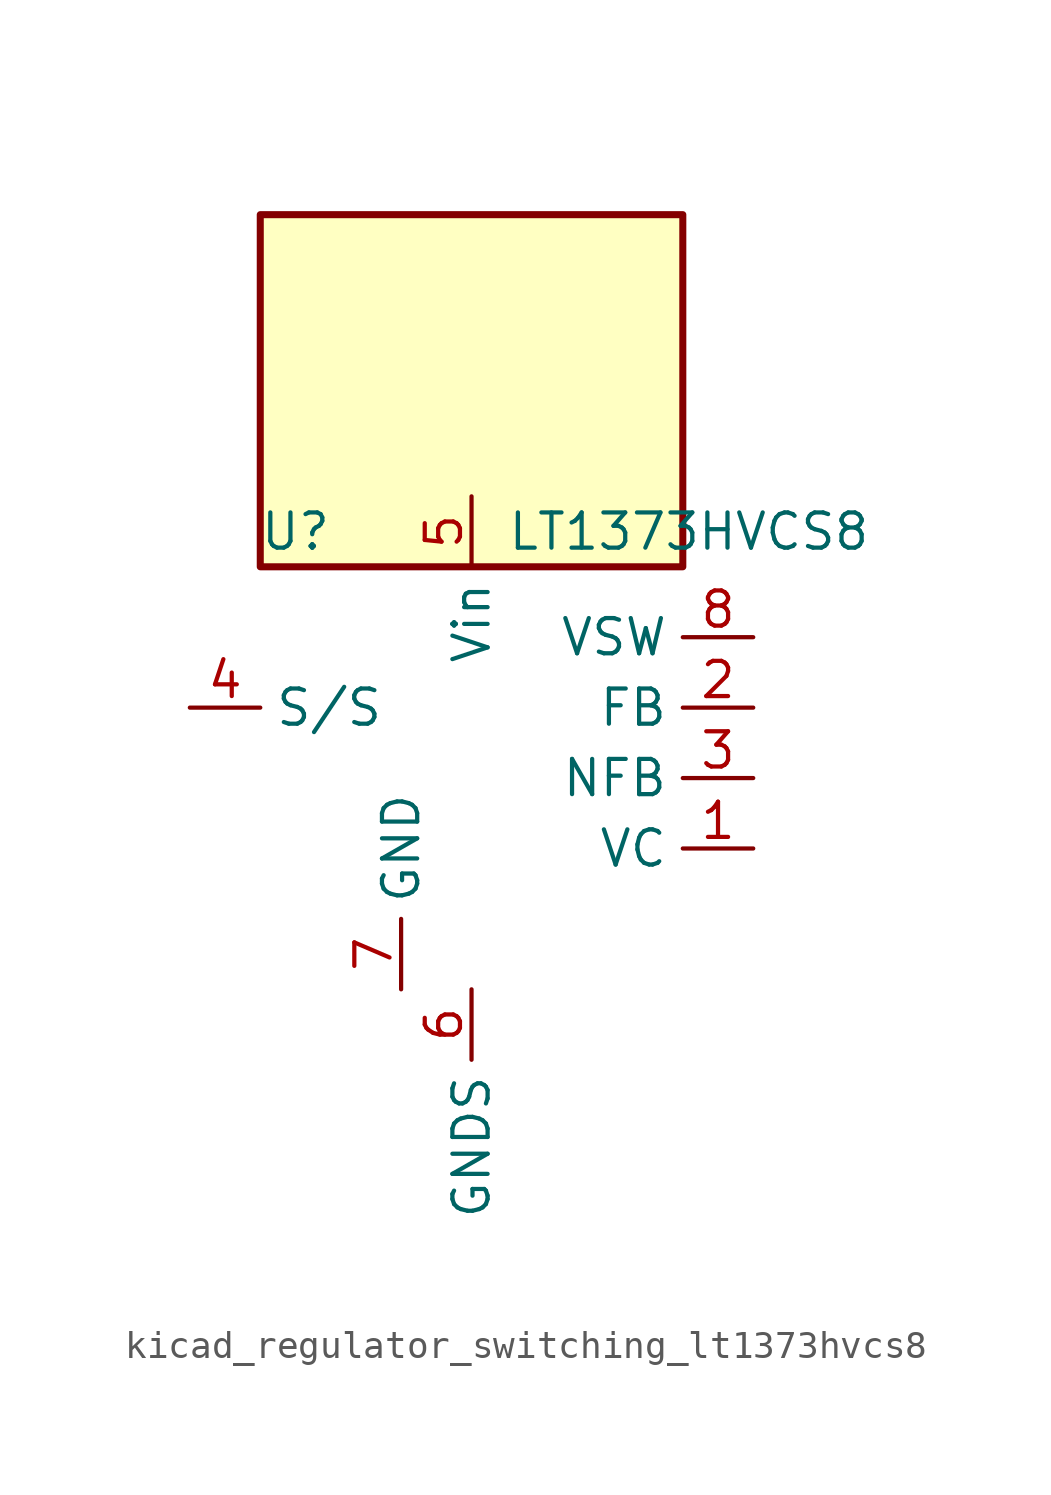
<source format=kicad_sym>
(kicad_symbol_lib
  (version 20220914)
  (generator kicad_symbol_editor)
  (symbol "kicad_regulator_switching_lt1373hvcs8"
    (property "Reference" "U"
      (at -6.35 8.89 0)
      (effects (font (size 1.27 1.27))))
    (property "Value" "LT1373HVCS8"
      (at 1.27 8.89 0)
      (effects (font (size 1.27 1.27)) (justify left)))
    (symbol "kicad_regulator_switching_lt1373hvcs8_0_1"
      (rectangle (start 7.62 20.32) (end -7.62 7.62) (stroke (width 0.254) (type default)) (fill (type background))))
    (symbol "kicad_regulator_switching_lt1373hvcs8_1_1"
      (pin passive line (at 10.16 -2.54 180) (length 2.54) (name "VC" (effects (font (size 1.27 1.27)))) (number "1" (effects (font (size 1.27 1.27)))))
      (pin passive line (at 10.16 2.54 180) (length 2.54) (name "FB" (effects (font (size 1.27 1.27)))) (number "2" (effects (font (size 1.27 1.27)))))
      (pin input line (at 10.16 0 180) (length 2.54) (name "NFB" (effects (font (size 1.27 1.27)))) (number "3" (effects (font (size 1.27 1.27)))))
      (pin input line (at -10.16 2.54 0) (length 2.54) (name "S/S" (effects (font (size 1.27 1.27)))) (number "4" (effects (font (size 1.27 1.27)))))
      (pin power_in line (at 0 10.16 270) (length 2.54) (name "Vin" (effects (font (size 1.27 1.27)))) (number "5" (effects (font (size 1.27 1.27)))))
      (pin power_in line (at 0 -7.62 270) (length 2.54) (name "GNDS" (effects (font (size 1.27 1.27)))) (number "6" (effects (font (size 1.27 1.27)))))
      (pin power_in line (at -2.54 -7.62 90) (length 2.54) (name "GND" (effects (font (size 1.27 1.27)))) (number "7" (effects (font (size 1.27 1.27)))))
      (pin output line (at 10.16 5.08 180) (length 2.54) (name "VSW" (effects (font (size 1.27 1.27)))) (number "8" (effects (font (size 1.27 1.27))))))))
</source>
